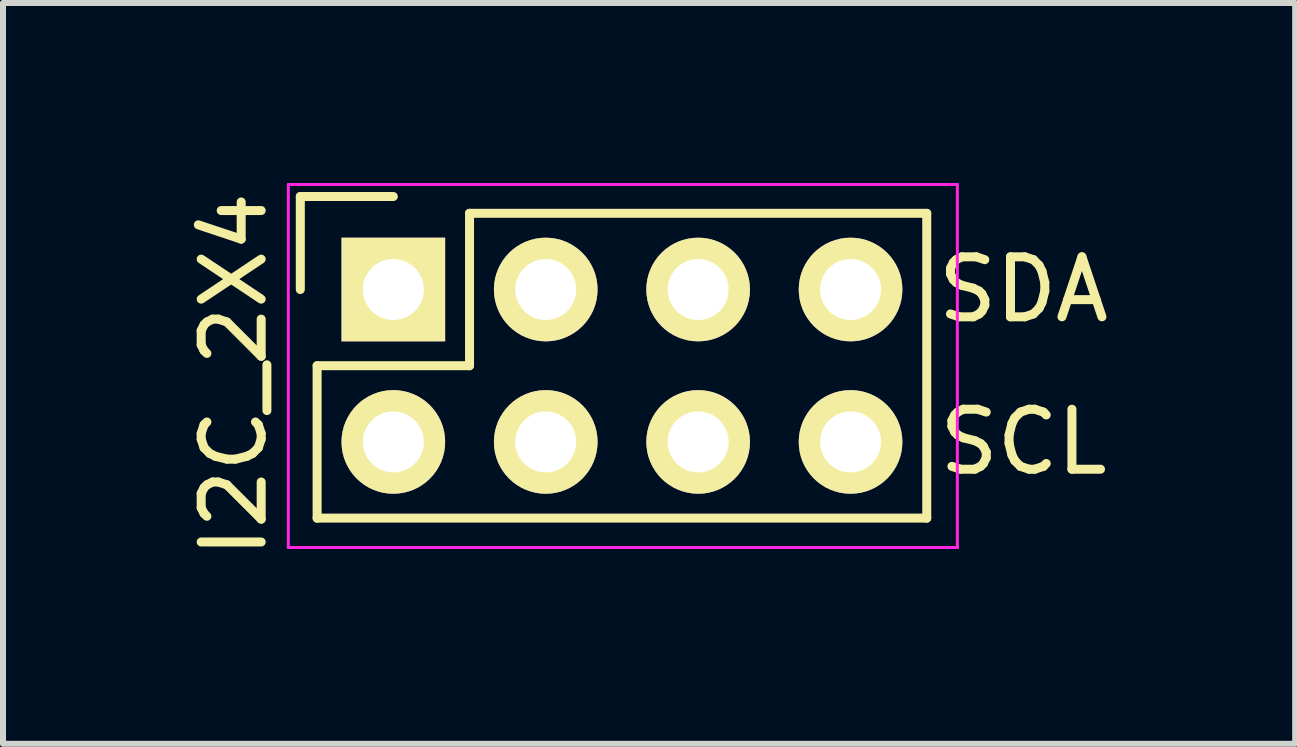
<source format=kicad_pcb>
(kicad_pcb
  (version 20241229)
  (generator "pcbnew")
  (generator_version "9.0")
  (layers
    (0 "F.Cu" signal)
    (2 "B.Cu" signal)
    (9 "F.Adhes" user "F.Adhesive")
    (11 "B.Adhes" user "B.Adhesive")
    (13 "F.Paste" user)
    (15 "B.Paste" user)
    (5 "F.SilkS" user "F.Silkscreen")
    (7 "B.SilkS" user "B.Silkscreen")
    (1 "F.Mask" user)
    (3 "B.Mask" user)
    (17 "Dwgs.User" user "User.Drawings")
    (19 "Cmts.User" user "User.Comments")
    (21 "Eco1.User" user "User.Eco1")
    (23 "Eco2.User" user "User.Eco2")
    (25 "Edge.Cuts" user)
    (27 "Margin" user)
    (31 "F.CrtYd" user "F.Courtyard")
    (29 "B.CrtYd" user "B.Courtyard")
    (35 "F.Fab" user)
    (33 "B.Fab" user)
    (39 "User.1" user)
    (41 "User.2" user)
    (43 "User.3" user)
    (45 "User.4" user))
  (footprint "I2C_2X4"
    (layer "F.Cu")
    (at 3.505 1.775)
    (property "Reference" "I2C_2X4" (at -2.657 1.422 90) (layer "F.SilkS") (effects (font (size 1 1) (thickness 0.15))))
    (attr through_hole)
    (fp_line (start -1.55 -1.55) (end -1.55 0) (stroke (width 0.15) (type solid)) (layer "F.SilkS"))
    (fp_line (start -1.27 1.27) (end 1.27 1.27) (stroke (width 0.15) (type solid)) (layer "F.SilkS"))
    (fp_line (start -1.27 3.81) (end -1.27 1.27) (stroke (width 0.15) (type solid)) (layer "F.SilkS"))
    (fp_line (start 0 -1.55) (end -1.55 -1.55) (stroke (width 0.15) (type solid)) (layer "F.SilkS"))
    (fp_line (start 1.27 -1.27) (end 8.89 -1.27) (stroke (width 0.15) (type solid)) (layer "F.SilkS"))
    (fp_line (start 1.27 1.27) (end 1.27 -1.27) (stroke (width 0.15) (type solid)) (layer "F.SilkS"))
    (fp_line (start 8.89 -1.27) (end 8.89 3.81) (stroke (width 0.15) (type solid)) (layer "F.SilkS"))
    (fp_line (start 8.89 3.81) (end -1.27 3.81) (stroke (width 0.15) (type solid)) (layer "F.SilkS"))
    (fp_line (start -1.75 -1.75) (end -1.75 4.3) (stroke (width 0.05) (type solid)) (layer "F.CrtYd"))
    (fp_line (start -1.75 -1.75) (end 9.4 -1.75) (stroke (width 0.05) (type solid)) (layer "F.CrtYd"))
    (fp_line (start -1.75 4.3) (end 9.4 4.3) (stroke (width 0.05) (type solid)) (layer "F.CrtYd"))
    (fp_line (start 9.4 -1.75) (end 9.4 4.3) (stroke (width 0.05) (type solid)) (layer "F.CrtYd"))
    (fp_text user "SDA" (at 10.5 0 0) (layer "F.SilkS") (effects (font (size 1 1) (thickness 0.15))))
    (fp_text user "SCL" (at 10.5 2.54 0) (layer "F.SilkS") (effects (font (size 1 1) (thickness 0.15))))
    (pad "1" thru_hole rect (at 0 0) (size 1.727 1.727) (drill 1.016) (layers "*.Cu" "*.Mask" "F.SilkS"))
    (pad "1" thru_hole oval (at 2.54 0) (size 1.727 1.727) (drill 1.016) (layers "*.Cu" "*.Mask" "F.SilkS"))
    (pad "1" thru_hole oval (at 5.08 0) (size 1.727 1.727) (drill 1.016) (layers "*.Cu" "*.Mask" "F.SilkS"))
    (pad "1" thru_hole oval (at 7.62 0) (size 1.727 1.727) (drill 1.016) (layers "*.Cu" "*.Mask" "F.SilkS"))
    (pad "2" thru_hole oval (at 0 2.54) (size 1.727 1.727) (drill 1.016) (layers "*.Cu" "*.Mask" "F.SilkS"))
    (pad "2" thru_hole oval (at 2.54 2.54) (size 1.727 1.727) (drill 1.016) (layers "*.Cu" "*.Mask" "F.SilkS"))
    (pad "2" thru_hole oval (at 5.08 2.54) (size 1.727 1.727) (drill 1.016) (layers "*.Cu" "*.Mask" "F.SilkS"))
    (pad "2" thru_hole oval (at 7.62 2.54) (size 1.727 1.727) (drill 1.016) (layers "*.Cu" "*.Mask" "F.SilkS")))
  (gr_rect
    (start -3 -3)
    (end 18.535 9.346)
    (stroke (width 0.1) (type default))
    (fill no)
    (layer "Edge.Cuts")))
</source>
